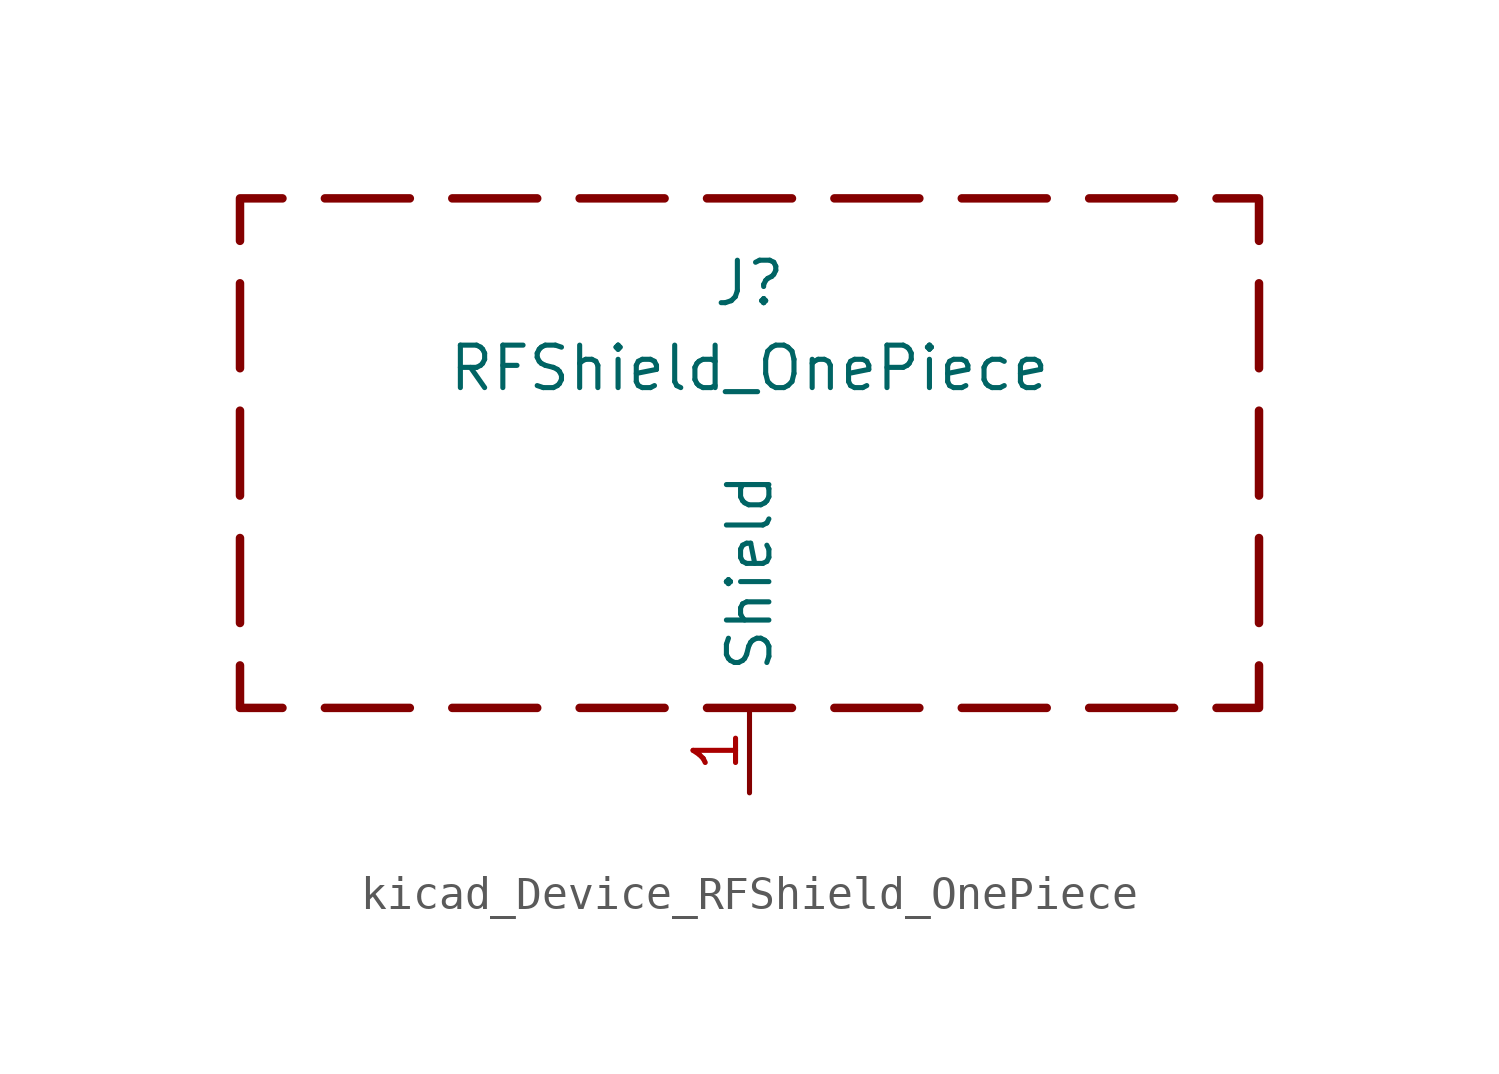
<source format=kicad_sym>
(kicad_symbol_lib
  (version 20220914)
  (generator kicad_symbol_editor)
  (symbol "kicad_Device_RFShield_OnePiece"
    (pin_names
      (offset 1.016))
    (property "Reference" "J"
      (at 0 5.08 0)
      (effects (font (size 1.27 1.27))))
    (property "Value" "RFShield_OnePiece"
      (at 0 2.54 0)
      (effects (font (size 1.27 1.27))))
    (symbol "kicad_Device_RFShield_OnePiece_0_1"
      (polyline (pts (xy -15.24 -5.08) (xy -15.24 -2.54)) (stroke (width 0.254) (type default)) (fill (type none)))
      (polyline (pts (xy -15.24 -1.27) (xy -15.24 1.27)) (stroke (width 0.254) (type default)) (fill (type none)))
      (polyline (pts (xy -15.24 2.54) (xy -15.24 5.08)) (stroke (width 0.254) (type default)) (fill (type none)))
      (polyline (pts (xy -12.7 7.62) (xy -10.16 7.62)) (stroke (width 0.254) (type default)) (fill (type none)))
      (polyline (pts (xy -10.16 -7.62) (xy -12.7 -7.62)) (stroke (width 0.254) (type default)) (fill (type none)))
      (polyline (pts (xy -6.35 -7.62) (xy -8.89 -7.62)) (stroke (width 0.254) (type default)) (fill (type none)))
      (polyline (pts (xy -6.35 7.62) (xy -8.89 7.62)) (stroke (width 0.254) (type default)) (fill (type none)))
      (polyline (pts (xy -2.54 -7.62) (xy -5.08 -7.62)) (stroke (width 0.254) (type default)) (fill (type none)))
      (polyline (pts (xy -2.54 7.62) (xy -5.08 7.62)) (stroke (width 0.254) (type default)) (fill (type none)))
      (polyline (pts (xy -1.27 -7.62) (xy 1.27 -7.62)) (stroke (width 0.254) (type default)) (fill (type none)))
      (polyline (pts (xy 1.27 7.62) (xy -1.27 7.62)) (stroke (width 0.254) (type default)) (fill (type none)))
      (polyline (pts (xy 2.54 -7.62) (xy 5.08 -7.62)) (stroke (width 0.254) (type default)) (fill (type none)))
      (polyline (pts (xy 5.08 7.62) (xy 2.54 7.62)) (stroke (width 0.254) (type default)) (fill (type none)))
      (polyline (pts (xy 6.35 -7.62) (xy 8.89 -7.62)) (stroke (width 0.254) (type default)) (fill (type none)))
      (polyline (pts (xy 8.89 7.62) (xy 6.35 7.62)) (stroke (width 0.254) (type default)) (fill (type none)))
      (polyline (pts (xy 10.16 -7.62) (xy 12.7 -7.62)) (stroke (width 0.254) (type default)) (fill (type none)))
      (polyline (pts (xy 12.7 7.62) (xy 10.16 7.62)) (stroke (width 0.254) (type default)) (fill (type none)))
      (polyline (pts (xy 15.24 -5.08) (xy 15.24 -2.54)) (stroke (width 0.254) (type default)) (fill (type none)))
      (polyline (pts (xy 15.24 -1.27) (xy 15.24 1.27)) (stroke (width 0.254) (type default)) (fill (type none)))
      (polyline (pts (xy 15.24 2.54) (xy 15.24 5.08)) (stroke (width 0.254) (type default)) (fill (type none)))
      (polyline (pts (xy -15.24 6.35) (xy -15.24 7.62) (xy -13.97 7.62)) (stroke (width 0.254) (type default)) (fill (type none)))
      (polyline (pts (xy -13.97 -7.62) (xy -15.24 -7.62) (xy -15.24 -6.35)) (stroke (width 0.254) (type default)) (fill (type none)))
      (polyline (pts (xy 13.97 -7.62) (xy 15.24 -7.62) (xy 15.24 -6.35)) (stroke (width 0.254) (type default)) (fill (type none)))
      (polyline (pts (xy 15.24 6.35) (xy 15.24 7.62) (xy 13.97 7.62)) (stroke (width 0.254) (type default)) (fill (type none))))
    (symbol "kicad_Device_RFShield_OnePiece_1_1"
      (pin passive line (at 0 -10.16 90) (length 2.54) (name "Shield" (effects (font (size 1.27 1.27)))) (number "1" (effects (font (size 1.27 1.27))))))))
</source>
